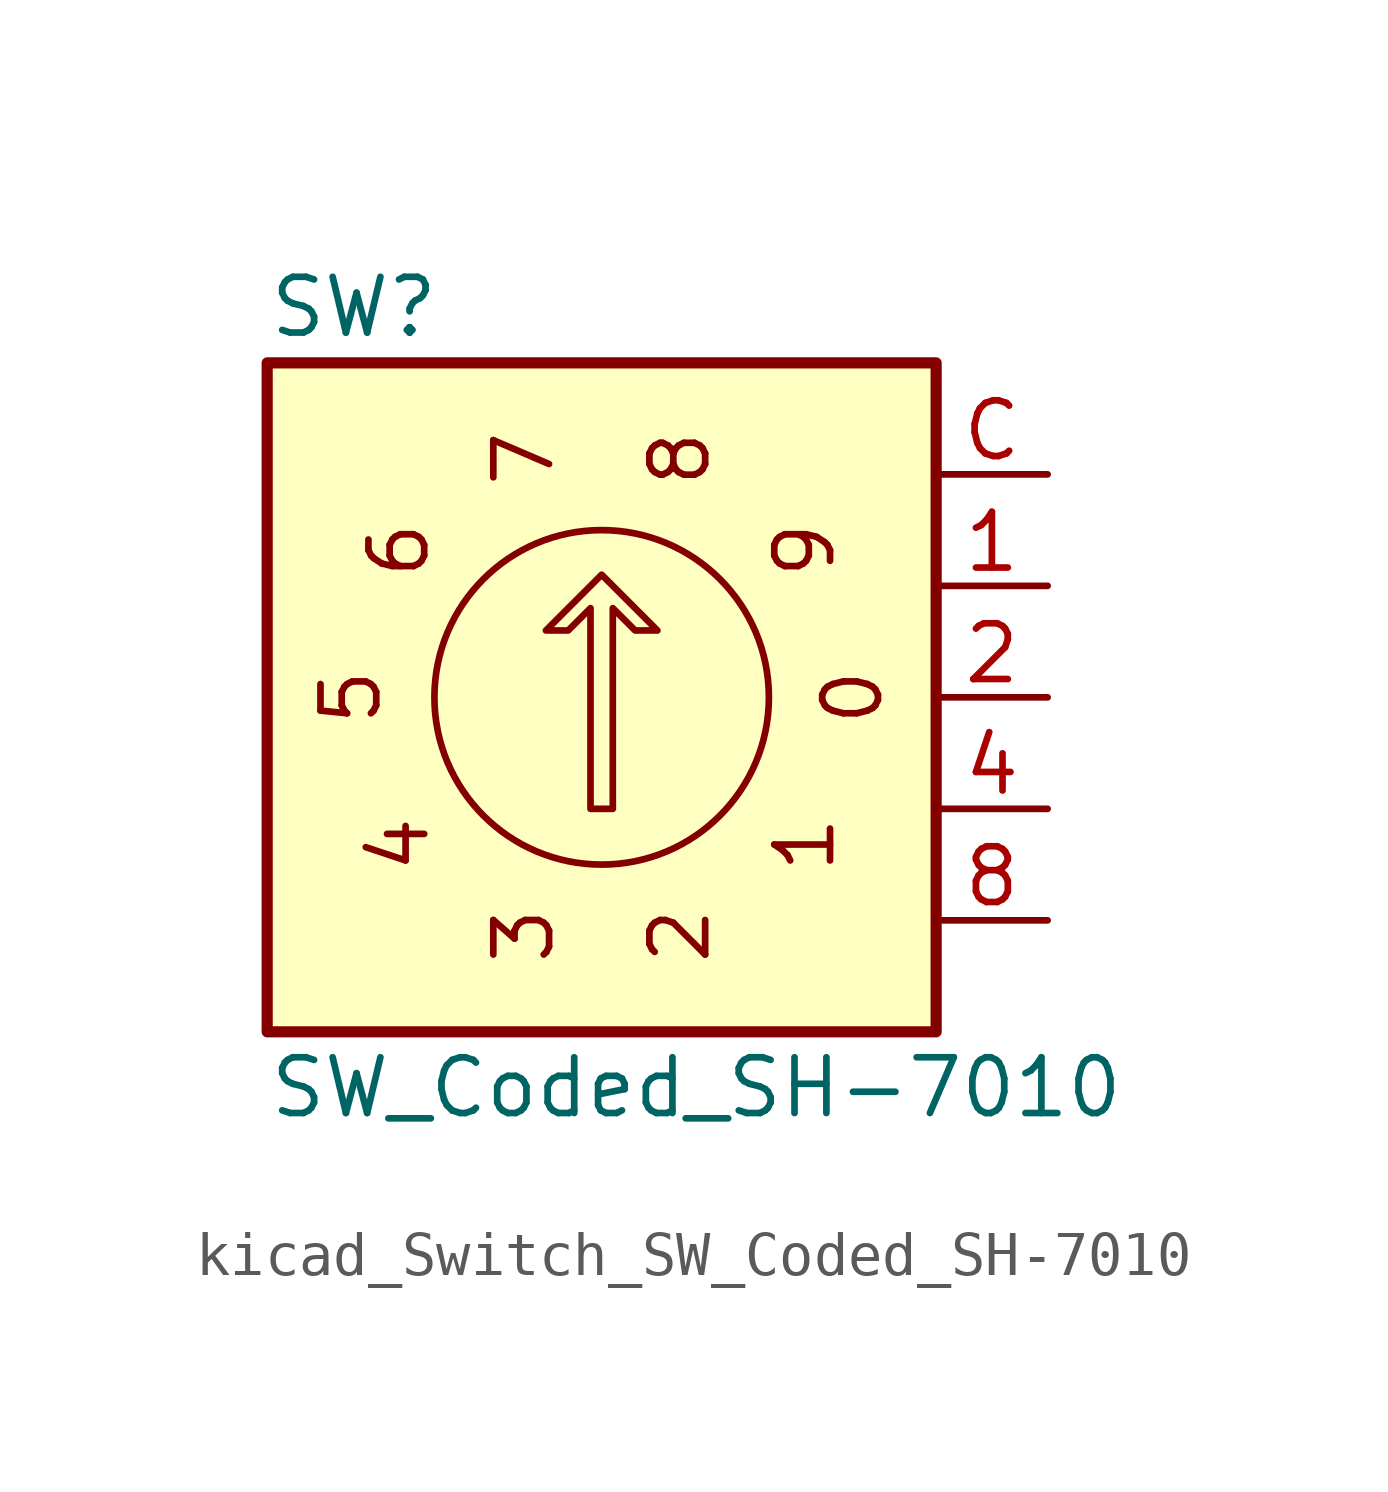
<source format=kicad_sym>
(kicad_symbol_lib
  (version 20220914)
  (generator kicad_symbol_editor)
  (symbol "kicad_Switch_SW_Coded_SH-7010"
    (pin_names hide)
    (property "Reference" "SW"
      (at -7.62 8.89 0)
      (effects (font (size 1.27 1.27)) (justify left)))
    (property "Value" "SW_Coded_SH-7010"
      (at -7.62 -8.89 0)
      (effects (font (size 1.27 1.27)) (justify left)))
    (symbol "kicad_Switch_SW_Coded_SH-7010_0_0"
      (text "0" (at 5.715 0 2700) (effects (font (size 1.27 1.27))))
      (text "1" (at 4.623 -3.353 2340) (effects (font (size 1.27 1.27))))
      (text "2" (at 1.778 -5.436 1980) (effects (font (size 1.27 1.27))))
      (text "3" (at -1.778 -5.436 1620) (effects (font (size 1.27 1.27))))
      (text "4" (at -4.623 -3.353 1260) (effects (font (size 1.27 1.27))))
      (text "5" (at -5.715 0 900) (effects (font (size 1.27 1.27))))
      (text "6" (at -4.623 3.353 540) (effects (font (size 1.27 1.27))))
      (text "7" (at -1.778 5.436 180) (effects (font (size 1.27 1.27))))
      (text "8" (at 1.778 5.436 3420) (effects (font (size 1.27 1.27))))
      (text "9" (at 4.623 3.353 3060) (effects (font (size 1.27 1.27)))))
    (symbol "kicad_Switch_SW_Coded_SH-7010_0_1"
      (polyline (pts (xy -0.254 -2.54) (xy -0.254 2.032) (xy -0.762 1.524) (xy -1.27 1.524) (xy 0 2.794) (xy 1.27 1.524) (xy 0.762 1.524) (xy 0.254 2.032) (xy 0.254 -2.54) (xy -0.254 -2.54) (xy -0.254 -2.54)) (stroke (width 0) (type default)) (fill (type none)))
      (circle (center 0 0) (radius 3.81) (stroke (width 0) (type default)) (fill (type none)))
      (rectangle (start 7.62 7.62) (end -7.62 -7.62) (stroke (width 0.254) (type default)) (fill (type background))))
    (symbol "kicad_Switch_SW_Coded_SH-7010_1_1"
      (pin passive line (at 10.16 2.54 180) (length 2.54) (name "1" (effects (font (size 1.27 1.27)))) (number "1" (effects (font (size 1.27 1.27)))))
      (pin passive line (at 10.16 0 180) (length 2.54) (name "2" (effects (font (size 1.27 1.27)))) (number "2" (effects (font (size 1.27 1.27)))))
      (pin passive line (at 10.16 -2.54 180) (length 2.54) (name "4" (effects (font (size 1.27 1.27)))) (number "4" (effects (font (size 1.27 1.27)))))
      (pin passive line (at 10.16 -5.08 180) (length 2.54) (name "8" (effects (font (size 1.27 1.27)))) (number "8" (effects (font (size 1.27 1.27)))))
      (pin passive line (at 10.16 5.08 180) (length 2.54) (name "C" (effects (font (size 1.27 1.27)))) (number "C" (effects (font (size 1.27 1.27))))))))
</source>
